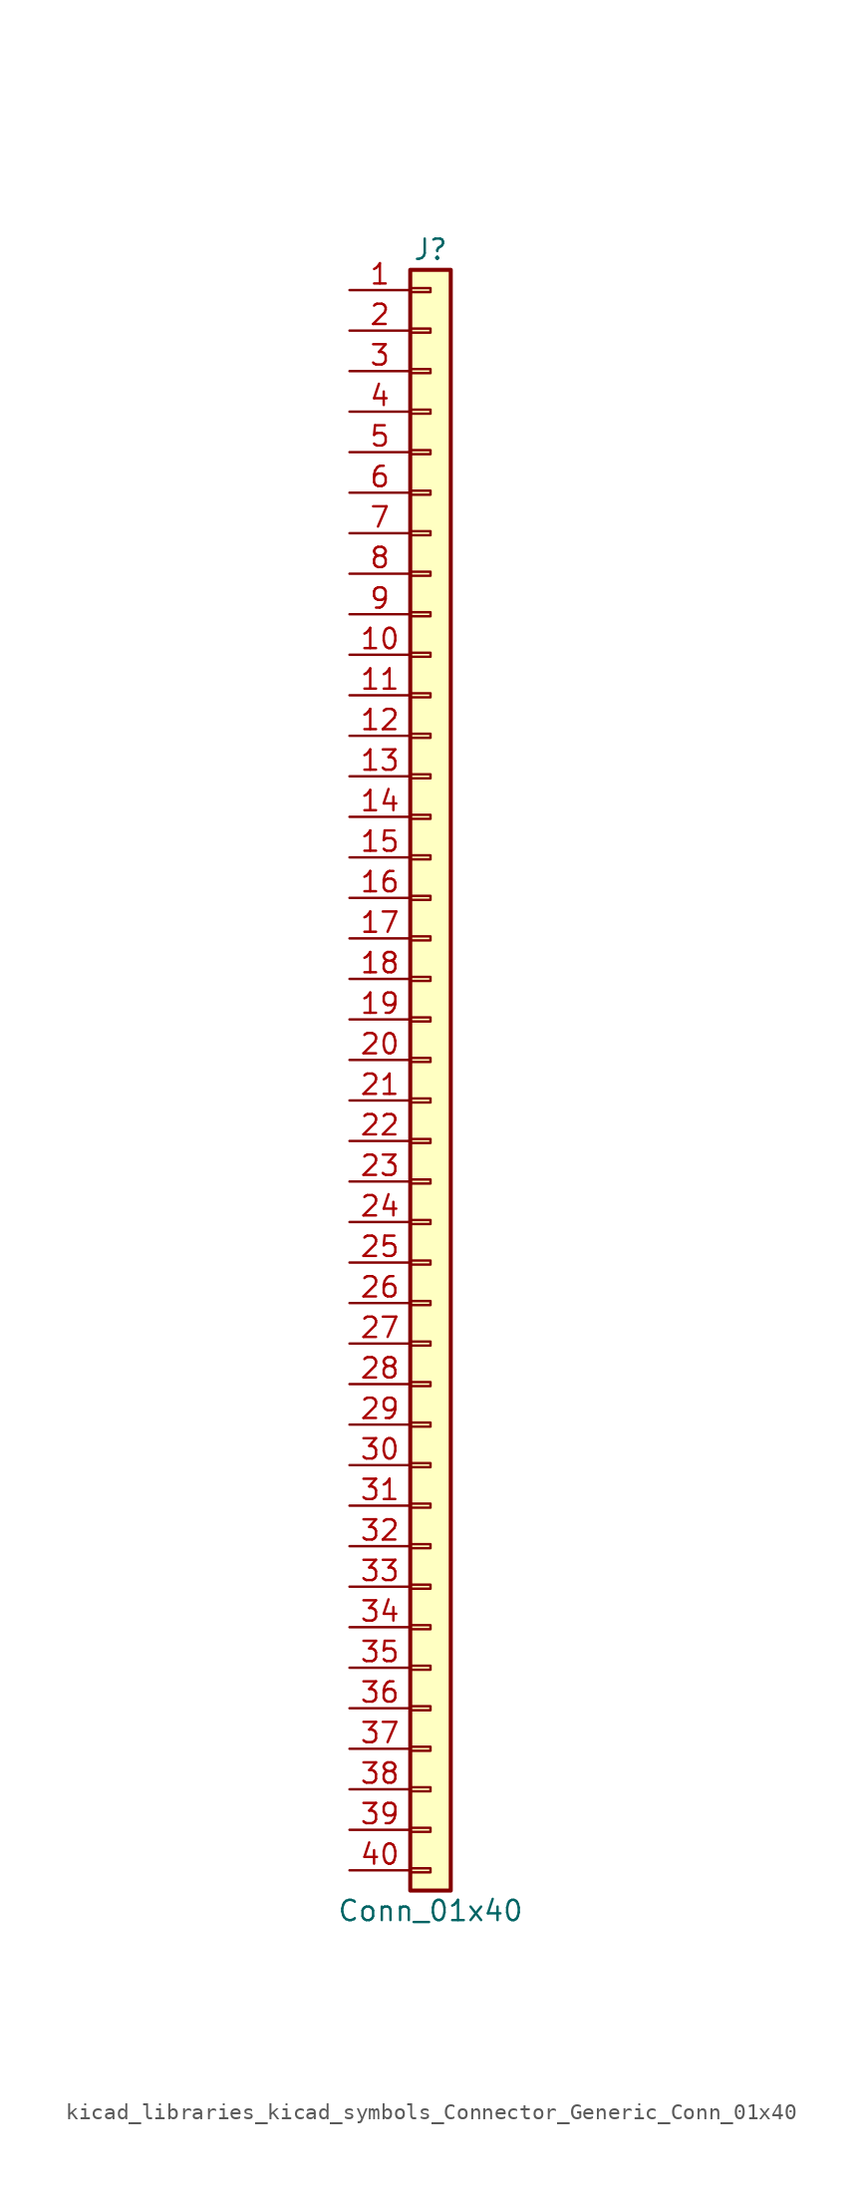
<source format=kicad_sym>
(kicad_symbol_lib
  (version 20220914)
  (generator kicad_symbol_editor)
  (symbol "kicad_libraries_kicad_symbols_Connector_Generic_Conn_01x40"
    (pin_names
      (offset 1.016) hide)
    (property "Reference" "J"
      (at 0 50.8 0)
      (effects (font (size 1.27 1.27))))
    (property "Value" "Conn_01x40"
      (at 0 -53.34 0)
      (effects (font (size 1.27 1.27))))
    (symbol "kicad_libraries_kicad_symbols_Connector_Generic_Conn_01x40_1_1"
      (rectangle (start -1.27 -50.673) (end 0 -50.927) (stroke (width 0.152) (type default)) (fill (type none)))
      (rectangle (start -1.27 -48.133) (end 0 -48.387) (stroke (width 0.152) (type default)) (fill (type none)))
      (rectangle (start -1.27 -45.593) (end 0 -45.847) (stroke (width 0.152) (type default)) (fill (type none)))
      (rectangle (start -1.27 -43.053) (end 0 -43.307) (stroke (width 0.152) (type default)) (fill (type none)))
      (rectangle (start -1.27 -40.513) (end 0 -40.767) (stroke (width 0.152) (type default)) (fill (type none)))
      (rectangle (start -1.27 -37.973) (end 0 -38.227) (stroke (width 0.152) (type default)) (fill (type none)))
      (rectangle (start -1.27 -35.433) (end 0 -35.687) (stroke (width 0.152) (type default)) (fill (type none)))
      (rectangle (start -1.27 -32.893) (end 0 -33.147) (stroke (width 0.152) (type default)) (fill (type none)))
      (rectangle (start -1.27 -30.353) (end 0 -30.607) (stroke (width 0.152) (type default)) (fill (type none)))
      (rectangle (start -1.27 -27.813) (end 0 -28.067) (stroke (width 0.152) (type default)) (fill (type none)))
      (rectangle (start -1.27 -25.273) (end 0 -25.527) (stroke (width 0.152) (type default)) (fill (type none)))
      (rectangle (start -1.27 -22.733) (end 0 -22.987) (stroke (width 0.152) (type default)) (fill (type none)))
      (rectangle (start -1.27 -20.193) (end 0 -20.447) (stroke (width 0.152) (type default)) (fill (type none)))
      (rectangle (start -1.27 -17.653) (end 0 -17.907) (stroke (width 0.152) (type default)) (fill (type none)))
      (rectangle (start -1.27 -15.113) (end 0 -15.367) (stroke (width 0.152) (type default)) (fill (type none)))
      (rectangle (start -1.27 -12.573) (end 0 -12.827) (stroke (width 0.152) (type default)) (fill (type none)))
      (rectangle (start -1.27 -10.033) (end 0 -10.287) (stroke (width 0.152) (type default)) (fill (type none)))
      (rectangle (start -1.27 -7.493) (end 0 -7.747) (stroke (width 0.152) (type default)) (fill (type none)))
      (rectangle (start -1.27 -4.953) (end 0 -5.207) (stroke (width 0.152) (type default)) (fill (type none)))
      (rectangle (start -1.27 -2.413) (end 0 -2.667) (stroke (width 0.152) (type default)) (fill (type none)))
      (rectangle (start -1.27 0.127) (end 0 -0.127) (stroke (width 0.152) (type default)) (fill (type none)))
      (rectangle (start -1.27 2.667) (end 0 2.413) (stroke (width 0.152) (type default)) (fill (type none)))
      (rectangle (start -1.27 5.207) (end 0 4.953) (stroke (width 0.152) (type default)) (fill (type none)))
      (rectangle (start -1.27 7.747) (end 0 7.493) (stroke (width 0.152) (type default)) (fill (type none)))
      (rectangle (start -1.27 10.287) (end 0 10.033) (stroke (width 0.152) (type default)) (fill (type none)))
      (rectangle (start -1.27 12.827) (end 0 12.573) (stroke (width 0.152) (type default)) (fill (type none)))
      (rectangle (start -1.27 15.367) (end 0 15.113) (stroke (width 0.152) (type default)) (fill (type none)))
      (rectangle (start -1.27 17.907) (end 0 17.653) (stroke (width 0.152) (type default)) (fill (type none)))
      (rectangle (start -1.27 20.447) (end 0 20.193) (stroke (width 0.152) (type default)) (fill (type none)))
      (rectangle (start -1.27 22.987) (end 0 22.733) (stroke (width 0.152) (type default)) (fill (type none)))
      (rectangle (start -1.27 25.527) (end 0 25.273) (stroke (width 0.152) (type default)) (fill (type none)))
      (rectangle (start -1.27 28.067) (end 0 27.813) (stroke (width 0.152) (type default)) (fill (type none)))
      (rectangle (start -1.27 30.607) (end 0 30.353) (stroke (width 0.152) (type default)) (fill (type none)))
      (rectangle (start -1.27 33.147) (end 0 32.893) (stroke (width 0.152) (type default)) (fill (type none)))
      (rectangle (start -1.27 35.687) (end 0 35.433) (stroke (width 0.152) (type default)) (fill (type none)))
      (rectangle (start -1.27 38.227) (end 0 37.973) (stroke (width 0.152) (type default)) (fill (type none)))
      (rectangle (start -1.27 40.767) (end 0 40.513) (stroke (width 0.152) (type default)) (fill (type none)))
      (rectangle (start -1.27 43.307) (end 0 43.053) (stroke (width 0.152) (type default)) (fill (type none)))
      (rectangle (start -1.27 45.847) (end 0 45.593) (stroke (width 0.152) (type default)) (fill (type none)))
      (rectangle (start -1.27 48.387) (end 0 48.133) (stroke (width 0.152) (type default)) (fill (type none)))
      (rectangle (start -1.27 49.53) (end 1.27 -52.07) (stroke (width 0.254) (type default)) (fill (type background)))
      (pin passive line (at -5.08 48.26 0) (length 3.81) (name "Pin_1" (effects (font (size 1.27 1.27)))) (number "1" (effects (font (size 1.27 1.27)))))
      (pin passive line (at -5.08 25.4 0) (length 3.81) (name "Pin_10" (effects (font (size 1.27 1.27)))) (number "10" (effects (font (size 1.27 1.27)))))
      (pin passive line (at -5.08 22.86 0) (length 3.81) (name "Pin_11" (effects (font (size 1.27 1.27)))) (number "11" (effects (font (size 1.27 1.27)))))
      (pin passive line (at -5.08 20.32 0) (length 3.81) (name "Pin_12" (effects (font (size 1.27 1.27)))) (number "12" (effects (font (size 1.27 1.27)))))
      (pin passive line (at -5.08 17.78 0) (length 3.81) (name "Pin_13" (effects (font (size 1.27 1.27)))) (number "13" (effects (font (size 1.27 1.27)))))
      (pin passive line (at -5.08 15.24 0) (length 3.81) (name "Pin_14" (effects (font (size 1.27 1.27)))) (number "14" (effects (font (size 1.27 1.27)))))
      (pin passive line (at -5.08 12.7 0) (length 3.81) (name "Pin_15" (effects (font (size 1.27 1.27)))) (number "15" (effects (font (size 1.27 1.27)))))
      (pin passive line (at -5.08 10.16 0) (length 3.81) (name "Pin_16" (effects (font (size 1.27 1.27)))) (number "16" (effects (font (size 1.27 1.27)))))
      (pin passive line (at -5.08 7.62 0) (length 3.81) (name "Pin_17" (effects (font (size 1.27 1.27)))) (number "17" (effects (font (size 1.27 1.27)))))
      (pin passive line (at -5.08 5.08 0) (length 3.81) (name "Pin_18" (effects (font (size 1.27 1.27)))) (number "18" (effects (font (size 1.27 1.27)))))
      (pin passive line (at -5.08 2.54 0) (length 3.81) (name "Pin_19" (effects (font (size 1.27 1.27)))) (number "19" (effects (font (size 1.27 1.27)))))
      (pin passive line (at -5.08 45.72 0) (length 3.81) (name "Pin_2" (effects (font (size 1.27 1.27)))) (number "2" (effects (font (size 1.27 1.27)))))
      (pin passive line (at -5.08 0 0) (length 3.81) (name "Pin_20" (effects (font (size 1.27 1.27)))) (number "20" (effects (font (size 1.27 1.27)))))
      (pin passive line (at -5.08 -2.54 0) (length 3.81) (name "Pin_21" (effects (font (size 1.27 1.27)))) (number "21" (effects (font (size 1.27 1.27)))))
      (pin passive line (at -5.08 -5.08 0) (length 3.81) (name "Pin_22" (effects (font (size 1.27 1.27)))) (number "22" (effects (font (size 1.27 1.27)))))
      (pin passive line (at -5.08 -7.62 0) (length 3.81) (name "Pin_23" (effects (font (size 1.27 1.27)))) (number "23" (effects (font (size 1.27 1.27)))))
      (pin passive line (at -5.08 -10.16 0) (length 3.81) (name "Pin_24" (effects (font (size 1.27 1.27)))) (number "24" (effects (font (size 1.27 1.27)))))
      (pin passive line (at -5.08 -12.7 0) (length 3.81) (name "Pin_25" (effects (font (size 1.27 1.27)))) (number "25" (effects (font (size 1.27 1.27)))))
      (pin passive line (at -5.08 -15.24 0) (length 3.81) (name "Pin_26" (effects (font (size 1.27 1.27)))) (number "26" (effects (font (size 1.27 1.27)))))
      (pin passive line (at -5.08 -17.78 0) (length 3.81) (name "Pin_27" (effects (font (size 1.27 1.27)))) (number "27" (effects (font (size 1.27 1.27)))))
      (pin passive line (at -5.08 -20.32 0) (length 3.81) (name "Pin_28" (effects (font (size 1.27 1.27)))) (number "28" (effects (font (size 1.27 1.27)))))
      (pin passive line (at -5.08 -22.86 0) (length 3.81) (name "Pin_29" (effects (font (size 1.27 1.27)))) (number "29" (effects (font (size 1.27 1.27)))))
      (pin passive line (at -5.08 43.18 0) (length 3.81) (name "Pin_3" (effects (font (size 1.27 1.27)))) (number "3" (effects (font (size 1.27 1.27)))))
      (pin passive line (at -5.08 -25.4 0) (length 3.81) (name "Pin_30" (effects (font (size 1.27 1.27)))) (number "30" (effects (font (size 1.27 1.27)))))
      (pin passive line (at -5.08 -27.94 0) (length 3.81) (name "Pin_31" (effects (font (size 1.27 1.27)))) (number "31" (effects (font (size 1.27 1.27)))))
      (pin passive line (at -5.08 -30.48 0) (length 3.81) (name "Pin_32" (effects (font (size 1.27 1.27)))) (number "32" (effects (font (size 1.27 1.27)))))
      (pin passive line (at -5.08 -33.02 0) (length 3.81) (name "Pin_33" (effects (font (size 1.27 1.27)))) (number "33" (effects (font (size 1.27 1.27)))))
      (pin passive line (at -5.08 -35.56 0) (length 3.81) (name "Pin_34" (effects (font (size 1.27 1.27)))) (number "34" (effects (font (size 1.27 1.27)))))
      (pin passive line (at -5.08 -38.1 0) (length 3.81) (name "Pin_35" (effects (font (size 1.27 1.27)))) (number "35" (effects (font (size 1.27 1.27)))))
      (pin passive line (at -5.08 -40.64 0) (length 3.81) (name "Pin_36" (effects (font (size 1.27 1.27)))) (number "36" (effects (font (size 1.27 1.27)))))
      (pin passive line (at -5.08 -43.18 0) (length 3.81) (name "Pin_37" (effects (font (size 1.27 1.27)))) (number "37" (effects (font (size 1.27 1.27)))))
      (pin passive line (at -5.08 -45.72 0) (length 3.81) (name "Pin_38" (effects (font (size 1.27 1.27)))) (number "38" (effects (font (size 1.27 1.27)))))
      (pin passive line (at -5.08 -48.26 0) (length 3.81) (name "Pin_39" (effects (font (size 1.27 1.27)))) (number "39" (effects (font (size 1.27 1.27)))))
      (pin passive line (at -5.08 40.64 0) (length 3.81) (name "Pin_4" (effects (font (size 1.27 1.27)))) (number "4" (effects (font (size 1.27 1.27)))))
      (pin passive line (at -5.08 -50.8 0) (length 3.81) (name "Pin_40" (effects (font (size 1.27 1.27)))) (number "40" (effects (font (size 1.27 1.27)))))
      (pin passive line (at -5.08 38.1 0) (length 3.81) (name "Pin_5" (effects (font (size 1.27 1.27)))) (number "5" (effects (font (size 1.27 1.27)))))
      (pin passive line (at -5.08 35.56 0) (length 3.81) (name "Pin_6" (effects (font (size 1.27 1.27)))) (number "6" (effects (font (size 1.27 1.27)))))
      (pin passive line (at -5.08 33.02 0) (length 3.81) (name "Pin_7" (effects (font (size 1.27 1.27)))) (number "7" (effects (font (size 1.27 1.27)))))
      (pin passive line (at -5.08 30.48 0) (length 3.81) (name "Pin_8" (effects (font (size 1.27 1.27)))) (number "8" (effects (font (size 1.27 1.27)))))
      (pin passive line (at -5.08 27.94 0) (length 3.81) (name "Pin_9" (effects (font (size 1.27 1.27)))) (number "9" (effects (font (size 1.27 1.27))))))))
</source>
